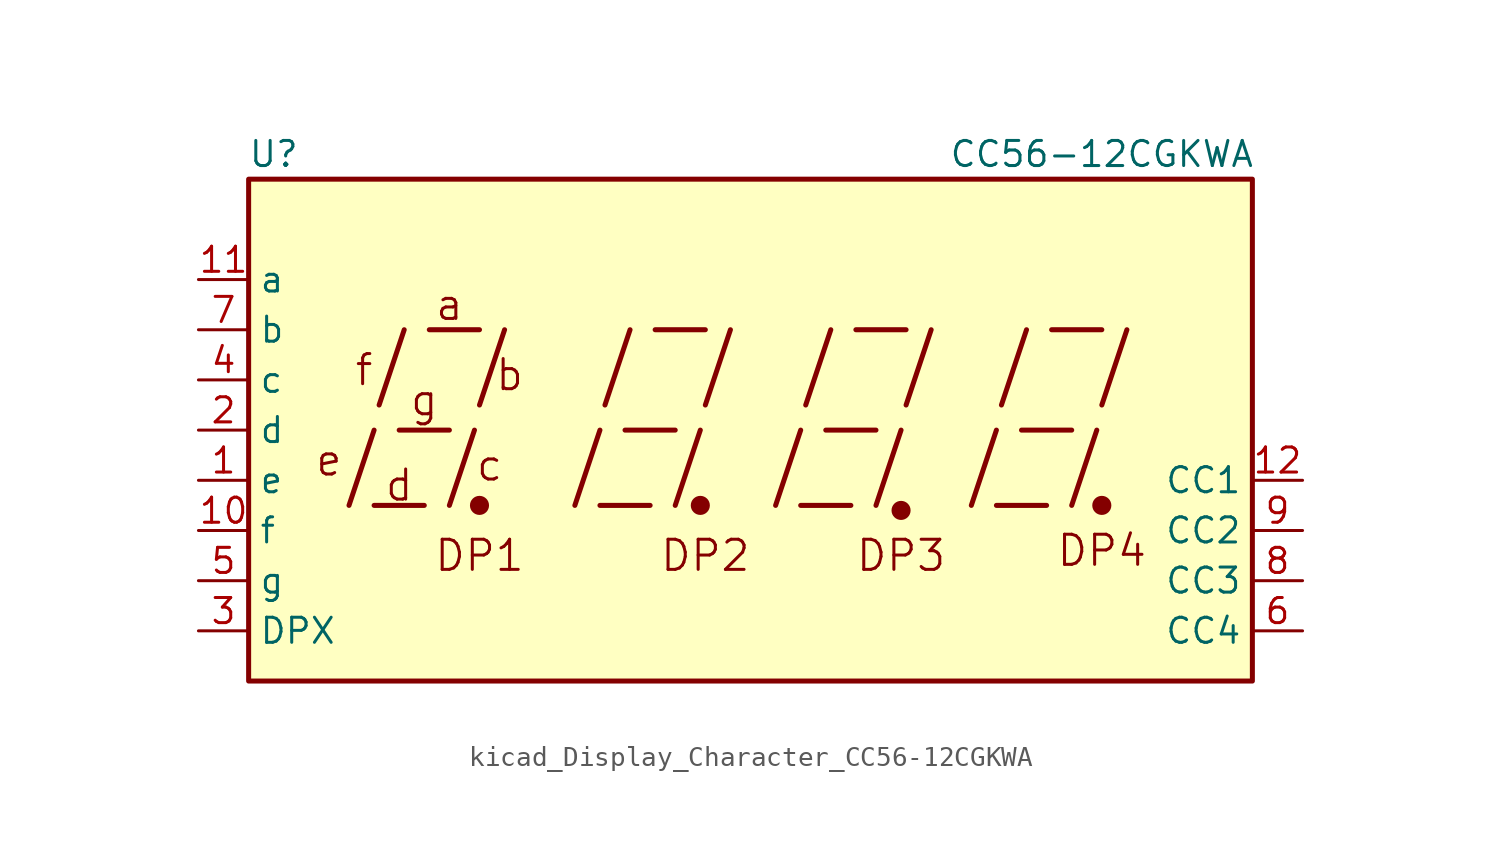
<source format=kicad_sym>
(kicad_symbol_lib
  (version 20220914)
  (generator kicad_symbol_editor)
  (symbol "kicad_Display_Character_CC56-12CGKWA"
    (property "Reference" "U"
      (at -24.13 13.97 0)
      (effects (font (size 1.27 1.27))))
    (property "Value" "CC56-12CGKWA"
      (at 17.78 13.97 0)
      (effects (font (size 1.27 1.27))))
    (symbol "kicad_Display_Character_CC56-12CGKWA_0_0"
      (rectangle (start -25.4 12.7) (end 25.4 -12.7) (stroke (width 0.254) (type default)) (fill (type background)))
      (polyline (pts (xy -20.32 -3.81) (xy -19.05 0)) (stroke (width 0.254) (type default)) (fill (type none)))
      (polyline (pts (xy -19.05 -3.81) (xy -16.51 -3.81)) (stroke (width 0.254) (type default)) (fill (type none)))
      (polyline (pts (xy -18.796 1.27) (xy -17.526 5.08)) (stroke (width 0.254) (type default)) (fill (type none)))
      (polyline (pts (xy -17.78 0) (xy -15.24 0)) (stroke (width 0.254) (type default)) (fill (type none)))
      (polyline (pts (xy -16.256 5.08) (xy -13.716 5.08)) (stroke (width 0.254) (type default)) (fill (type none)))
      (polyline (pts (xy -15.24 -3.81) (xy -13.97 0)) (stroke (width 0.254) (type default)) (fill (type none)))
      (polyline (pts (xy -13.716 1.27) (xy -12.446 5.08)) (stroke (width 0.254) (type default)) (fill (type none)))
      (polyline (pts (xy -8.89 -3.81) (xy -7.62 0)) (stroke (width 0.254) (type default)) (fill (type none)))
      (polyline (pts (xy -7.62 -3.81) (xy -5.08 -3.81)) (stroke (width 0.254) (type default)) (fill (type none)))
      (polyline (pts (xy -7.366 1.27) (xy -6.096 5.08)) (stroke (width 0.254) (type default)) (fill (type none)))
      (polyline (pts (xy -6.35 0) (xy -3.81 0)) (stroke (width 0.254) (type default)) (fill (type none)))
      (polyline (pts (xy -4.826 5.08) (xy -2.286 5.08)) (stroke (width 0.254) (type default)) (fill (type none)))
      (polyline (pts (xy -3.81 -3.81) (xy -2.54 0)) (stroke (width 0.254) (type default)) (fill (type none)))
      (polyline (pts (xy -2.286 1.27) (xy -1.016 5.08)) (stroke (width 0.254) (type default)) (fill (type none)))
      (polyline (pts (xy 1.27 -3.81) (xy 2.54 0)) (stroke (width 0.254) (type default)) (fill (type none)))
      (polyline (pts (xy 2.54 -3.81) (xy 5.08 -3.81)) (stroke (width 0.254) (type default)) (fill (type none)))
      (polyline (pts (xy 2.794 1.27) (xy 4.064 5.08)) (stroke (width 0.254) (type default)) (fill (type none)))
      (polyline (pts (xy 3.81 0) (xy 6.35 0)) (stroke (width 0.254) (type default)) (fill (type none)))
      (polyline (pts (xy 5.334 5.08) (xy 7.874 5.08)) (stroke (width 0.254) (type default)) (fill (type none)))
      (polyline (pts (xy 6.35 -3.81) (xy 7.62 0)) (stroke (width 0.254) (type default)) (fill (type none)))
      (polyline (pts (xy 7.874 1.27) (xy 9.144 5.08)) (stroke (width 0.254) (type default)) (fill (type none)))
      (polyline (pts (xy 11.176 -3.81) (xy 12.446 0)) (stroke (width 0.254) (type default)) (fill (type none)))
      (polyline (pts (xy 12.446 -3.81) (xy 14.986 -3.81)) (stroke (width 0.254) (type default)) (fill (type none)))
      (polyline (pts (xy 12.7 1.27) (xy 13.97 5.08)) (stroke (width 0.254) (type default)) (fill (type none)))
      (polyline (pts (xy 13.716 0) (xy 16.256 0)) (stroke (width 0.254) (type default)) (fill (type none)))
      (polyline (pts (xy 15.24 5.08) (xy 17.78 5.08)) (stroke (width 0.254) (type default)) (fill (type none)))
      (polyline (pts (xy 16.256 -3.81) (xy 17.526 0)) (stroke (width 0.254) (type default)) (fill (type none)))
      (polyline (pts (xy 17.78 1.27) (xy 19.05 5.08)) (stroke (width 0.254) (type default)) (fill (type none)))
      (text "a" (at -15.24 6.35 0) (effects (font (size 1.524 1.524))))
      (text "b" (at -12.192 2.794 0) (effects (font (size 1.524 1.524))))
      (text "c" (at -13.208 -1.778 0) (effects (font (size 1.524 1.524))))
      (text "d" (at -17.78 -2.794 0) (effects (font (size 1.524 1.524))))
      (text "DP1" (at -13.716 -6.35 0) (effects (font (size 1.524 1.524))))
      (text "DP2" (at -2.286 -6.35 0) (effects (font (size 1.524 1.524))))
      (text "DP3" (at 7.62 -6.35 0) (effects (font (size 1.524 1.524))))
      (text "DP4" (at 17.78 -6.096 0) (effects (font (size 1.524 1.524))))
      (text "e" (at -21.336 -1.524 0) (effects (font (size 1.524 1.524))))
      (text "f" (at -19.558 3.048 0) (effects (font (size 1.524 1.524))))
      (text "g" (at -16.51 1.524 0) (effects (font (size 1.524 1.524)))))
    (symbol "kicad_Display_Character_CC56-12CGKWA_0_1"
      (circle (center -13.716 -3.81) (radius 0.356) (stroke (width 0.254) (type default)) (fill (type outline)))
      (circle (center -2.54 -3.81) (radius 0.356) (stroke (width 0.254) (type default)) (fill (type outline))))
    (symbol "kicad_Display_Character_CC56-12CGKWA_1_0"
      (circle (center 7.62 -4.064) (radius 0.356) (stroke (width 0.254) (type default)) (fill (type outline)))
      (circle (center 17.78 -3.81) (radius 0.356) (stroke (width 0.254) (type default)) (fill (type outline))))
    (symbol "kicad_Display_Character_CC56-12CGKWA_1_1"
      (pin input line (at -27.94 -2.54 0) (length 2.54) (name "e" (effects (font (size 1.27 1.27)))) (number "1" (effects (font (size 1.27 1.27)))))
      (pin input line (at -27.94 -5.08 0) (length 2.54) (name "f" (effects (font (size 1.27 1.27)))) (number "10" (effects (font (size 1.27 1.27)))))
      (pin input line (at -27.94 7.62 0) (length 2.54) (name "a" (effects (font (size 1.27 1.27)))) (number "11" (effects (font (size 1.27 1.27)))))
      (pin input line (at 27.94 -2.54 180) (length 2.54) (name "CC1" (effects (font (size 1.27 1.27)))) (number "12" (effects (font (size 1.27 1.27)))))
      (pin input line (at -27.94 0 0) (length 2.54) (name "d" (effects (font (size 1.27 1.27)))) (number "2" (effects (font (size 1.27 1.27)))))
      (pin input line (at -27.94 -10.16 0) (length 2.54) (name "DPX" (effects (font (size 1.27 1.27)))) (number "3" (effects (font (size 1.27 1.27)))))
      (pin input line (at -27.94 2.54 0) (length 2.54) (name "c" (effects (font (size 1.27 1.27)))) (number "4" (effects (font (size 1.27 1.27)))))
      (pin input line (at -27.94 -7.62 0) (length 2.54) (name "g" (effects (font (size 1.27 1.27)))) (number "5" (effects (font (size 1.27 1.27)))))
      (pin input line (at 27.94 -10.16 180) (length 2.54) (name "CC4" (effects (font (size 1.27 1.27)))) (number "6" (effects (font (size 1.27 1.27)))))
      (pin input line (at -27.94 5.08 0) (length 2.54) (name "b" (effects (font (size 1.27 1.27)))) (number "7" (effects (font (size 1.27 1.27)))))
      (pin input line (at 27.94 -7.62 180) (length 2.54) (name "CC3" (effects (font (size 1.27 1.27)))) (number "8" (effects (font (size 1.27 1.27)))))
      (pin input line (at 27.94 -5.08 180) (length 2.54) (name "CC2" (effects (font (size 1.27 1.27)))) (number "9" (effects (font (size 1.27 1.27))))))))
</source>
